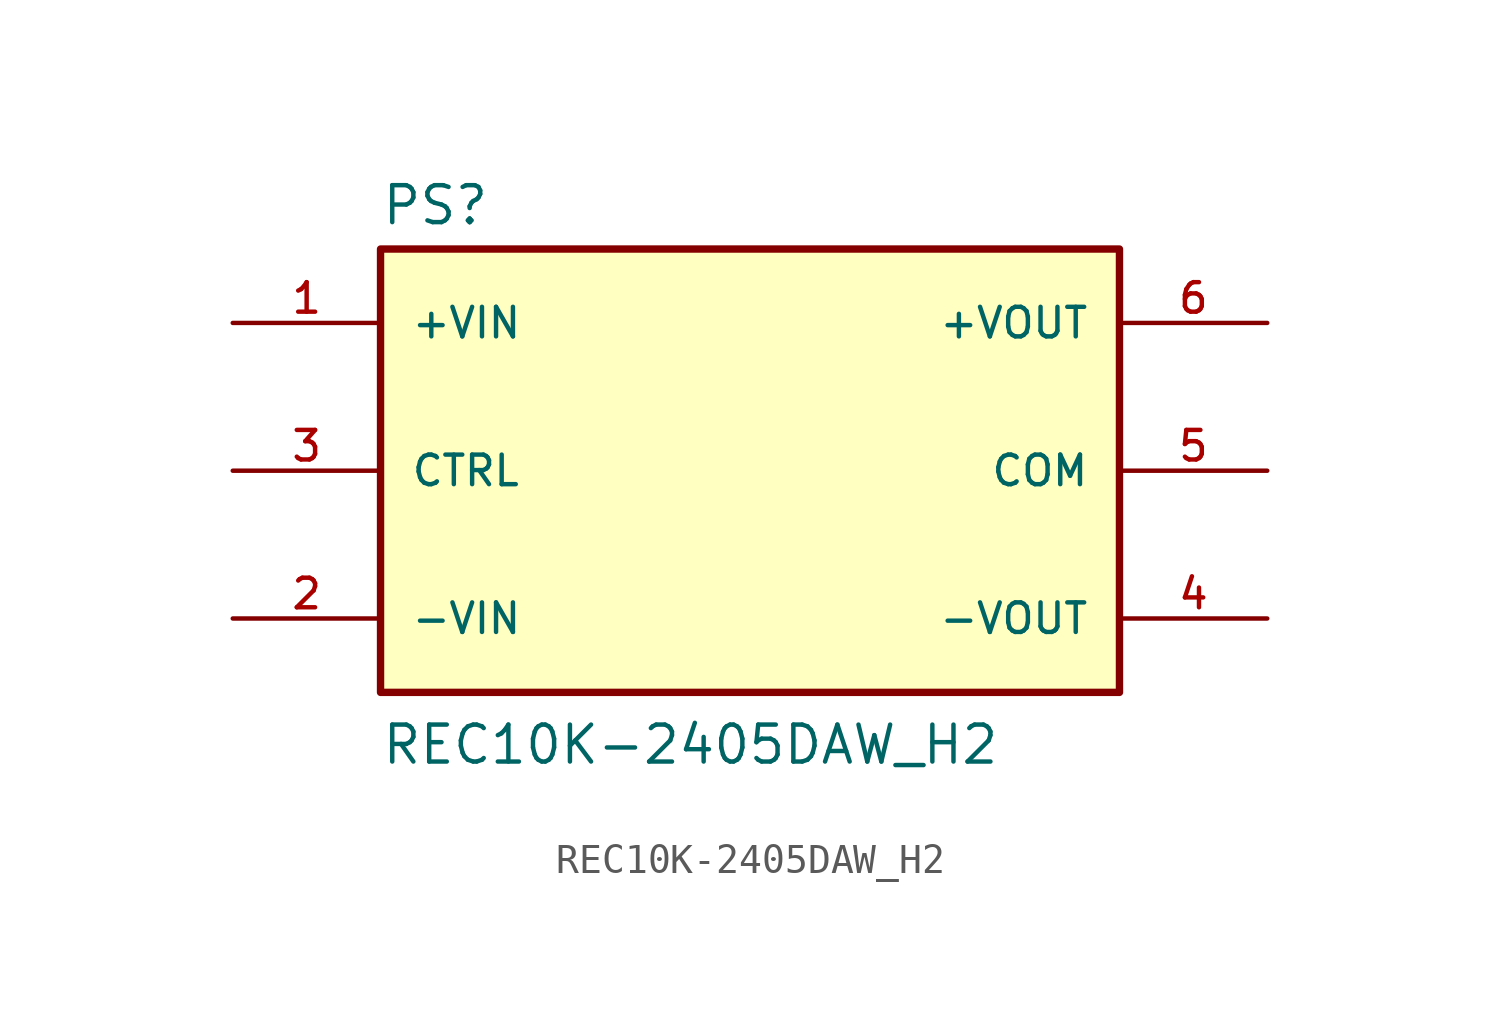
<source format=kicad_sym>
(kicad_symbol_lib
  (version 20211014)
  (generator kicad_symbol_editor)
  (symbol "REC10K-2405DAW_H2"
    (pin_names
      (offset 1.016))
    (property "Reference" "PS"
      (at -12.7 8.382 0)
      (effects (font (size 1.27 1.27)) (justify bottom left)))
    (property "Value" "REC10K-2405DAW_H2"
      (at -12.7 -10.16 0)
      (effects (font (size 1.27 1.27)) (justify bottom left)))
    (symbol "REC10K-2405DAW_H2_0_0"
      (rectangle (start -12.7 -7.62) (end 12.7 7.62) (stroke (width 0.254)) (fill (type background)))
      (pin input line (at -17.78 5.08 0) (length 5.08) (name "+VIN" (effects (font (size 1.016 1.016)))) (number "1" (effects (font (size 1.016 1.016)))))
      (pin input line (at -17.78 -5.08 0) (length 5.08) (name "-VIN" (effects (font (size 1.016 1.016)))) (number "2" (effects (font (size 1.016 1.016)))))
      (pin input line (at -17.78 0.0 0) (length 5.08) (name "CTRL" (effects (font (size 1.016 1.016)))) (number "3" (effects (font (size 1.016 1.016)))))
      (pin output line (at 17.78 -5.08 180.0) (length 5.08) (name "-VOUT" (effects (font (size 1.016 1.016)))) (number "4" (effects (font (size 1.016 1.016)))))
      (pin output line (at 17.78 0.0 180.0) (length 5.08) (name "COM" (effects (font (size 1.016 1.016)))) (number "5" (effects (font (size 1.016 1.016)))))
      (pin output line (at 17.78 5.08 180.0) (length 5.08) (name "+VOUT" (effects (font (size 1.016 1.016)))) (number "6" (effects (font (size 1.016 1.016))))))))
</source>
